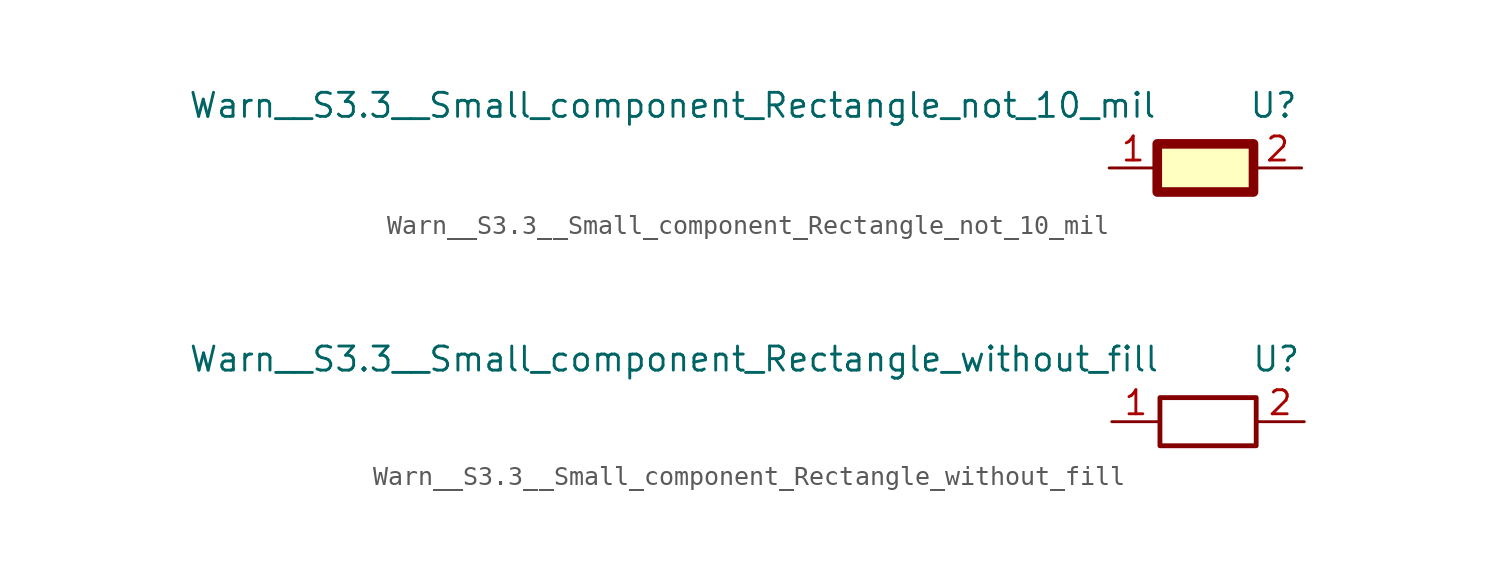
<source format=kicad_sym>
(kicad_symbol_lib
  (version 20211014)
  (generator kicad_symbol_editor)
  (symbol "Warn__S3.3__Small_component_Rectangle_not_10_mil"
    (property "Reference" "U"
      (at 2.286 3.302 0)
      (effects (font (size 1.27 1.27)) (justify left)))
    (property "Value" "Warn__S3.3__Small_component_Rectangle_not_10_mil"
      (at -2.54 3.302 0)
      (effects (font (size 1.27 1.27)) (justify right)))
    (symbol "Warn__S3.3__Small_component_Rectangle_not_10_mil_0_1"
      (rectangle (start -2.54 1.27) (end 2.54 -1.27) (stroke (width 0.508) (type default) (color 0 0 0 0)) (fill (type background))))
    (symbol "Warn__S3.3__Small_component_Rectangle_not_10_mil_1_1"
      (pin passive line (at -5.08 0 0) (length 2.54) (name "~" (effects (font (size 1.27 1.27)))) (number "1" (effects (font (size 1.27 1.27)))))
      (pin passive line (at 5.08 0 180) (length 2.54) (name "~" (effects (font (size 1.27 1.27)))) (number "2" (effects (font (size 1.27 1.27)))))))
  (symbol "Warn__S3.3__Small_component_Rectangle_without_fill"
    (property "Reference" "U"
      (at 2.286 3.302 0)
      (effects (font (size 1.27 1.27)) (justify left)))
    (property "Value" "Warn__S3.3__Small_component_Rectangle_without_fill"
      (at -2.54 3.302 0)
      (effects (font (size 1.27 1.27)) (justify right)))
    (symbol "Warn__S3.3__Small_component_Rectangle_without_fill_0_1"
      (rectangle (start -2.54 1.27) (end 2.54 -1.27) (stroke (width 0.254) (type default) (color 0 0 0 0)) (fill (type none))))
    (symbol "Warn__S3.3__Small_component_Rectangle_without_fill_1_1"
      (pin passive line (at -5.08 0 0) (length 2.54) (name "~" (effects (font (size 1.27 1.27)))) (number "1" (effects (font (size 1.27 1.27)))))
      (pin passive line (at 5.08 0 180) (length 2.54) (name "~" (effects (font (size 1.27 1.27)))) (number "2" (effects (font (size 1.27 1.27))))))))
</source>
